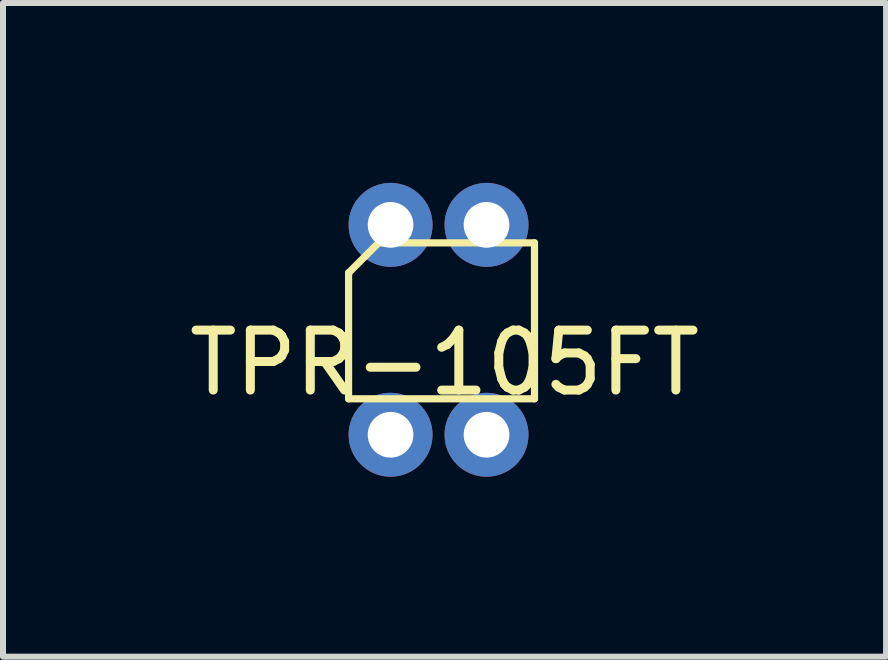
<source format=kicad_pcb>
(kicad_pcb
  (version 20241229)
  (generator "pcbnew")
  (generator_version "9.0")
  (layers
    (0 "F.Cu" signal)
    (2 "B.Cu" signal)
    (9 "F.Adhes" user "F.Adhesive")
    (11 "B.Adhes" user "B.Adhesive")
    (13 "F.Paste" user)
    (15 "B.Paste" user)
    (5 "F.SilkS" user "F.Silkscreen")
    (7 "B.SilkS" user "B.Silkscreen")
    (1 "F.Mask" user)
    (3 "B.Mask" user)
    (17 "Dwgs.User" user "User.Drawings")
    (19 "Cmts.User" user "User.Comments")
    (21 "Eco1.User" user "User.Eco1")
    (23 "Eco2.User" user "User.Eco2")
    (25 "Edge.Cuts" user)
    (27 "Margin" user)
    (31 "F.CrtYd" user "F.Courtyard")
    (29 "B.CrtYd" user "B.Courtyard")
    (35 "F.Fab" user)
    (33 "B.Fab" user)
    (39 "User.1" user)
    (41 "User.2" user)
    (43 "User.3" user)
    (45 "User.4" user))
  (footprint "TPR-105FT"
    (layer "F.Cu")
    (at 4.243 2.3)
    (property "Reference" "TPR-105FT" (at 0.12 0.7 0) (layer "F.SilkS") (effects (font (size 1 1) (thickness 0.15))))
    (attr through_hole)
    (fp_line (start -1.48 -0.8) (end -1.48 1.3) (stroke (width 0.12) (type solid)) (layer "F.SilkS"))
    (fp_line (start -0.98 -1.3) (end -1.48 -0.8) (stroke (width 0.12) (type solid)) (layer "F.SilkS"))
    (fp_line (start 1.62 -1.3) (end -0.98 -1.3) (stroke (width 0.12) (type solid)) (layer "F.SilkS"))
    (fp_line (start 1.62 -1.3) (end 1.62 1.3) (stroke (width 0.12) (type solid)) (layer "F.SilkS"))
    (fp_line (start 1.62 1.3) (end -1.48 1.3) (stroke (width 0.12) (type solid)) (layer "F.SilkS"))
    (pad "1" thru_hole circle (at -0.78 1.9) (size 1.4 1.4) (drill 0.762) (layers "*.Cu" "*.Mask"))
    (pad "2" thru_hole circle (at 0.82 -1.6) (size 1.4 1.4) (drill 0.762) (layers "*.Cu" "*.Mask"))
    (pad "3" thru_hole circle (at 0.82 1.9) (size 1.4 1.4) (drill 0.762) (layers "*.Cu" "*.Mask"))
    (pad "4" thru_hole circle (at -0.78 -1.6) (size 1.4 1.4) (drill 0.762) (layers "*.Cu" "*.Mask")))
  (gr_rect
    (start -3 -3)
    (end 11.726 7.9)
    (stroke (width 0.1) (type default))
    (fill no)
    (layer "Edge.Cuts")))
</source>
